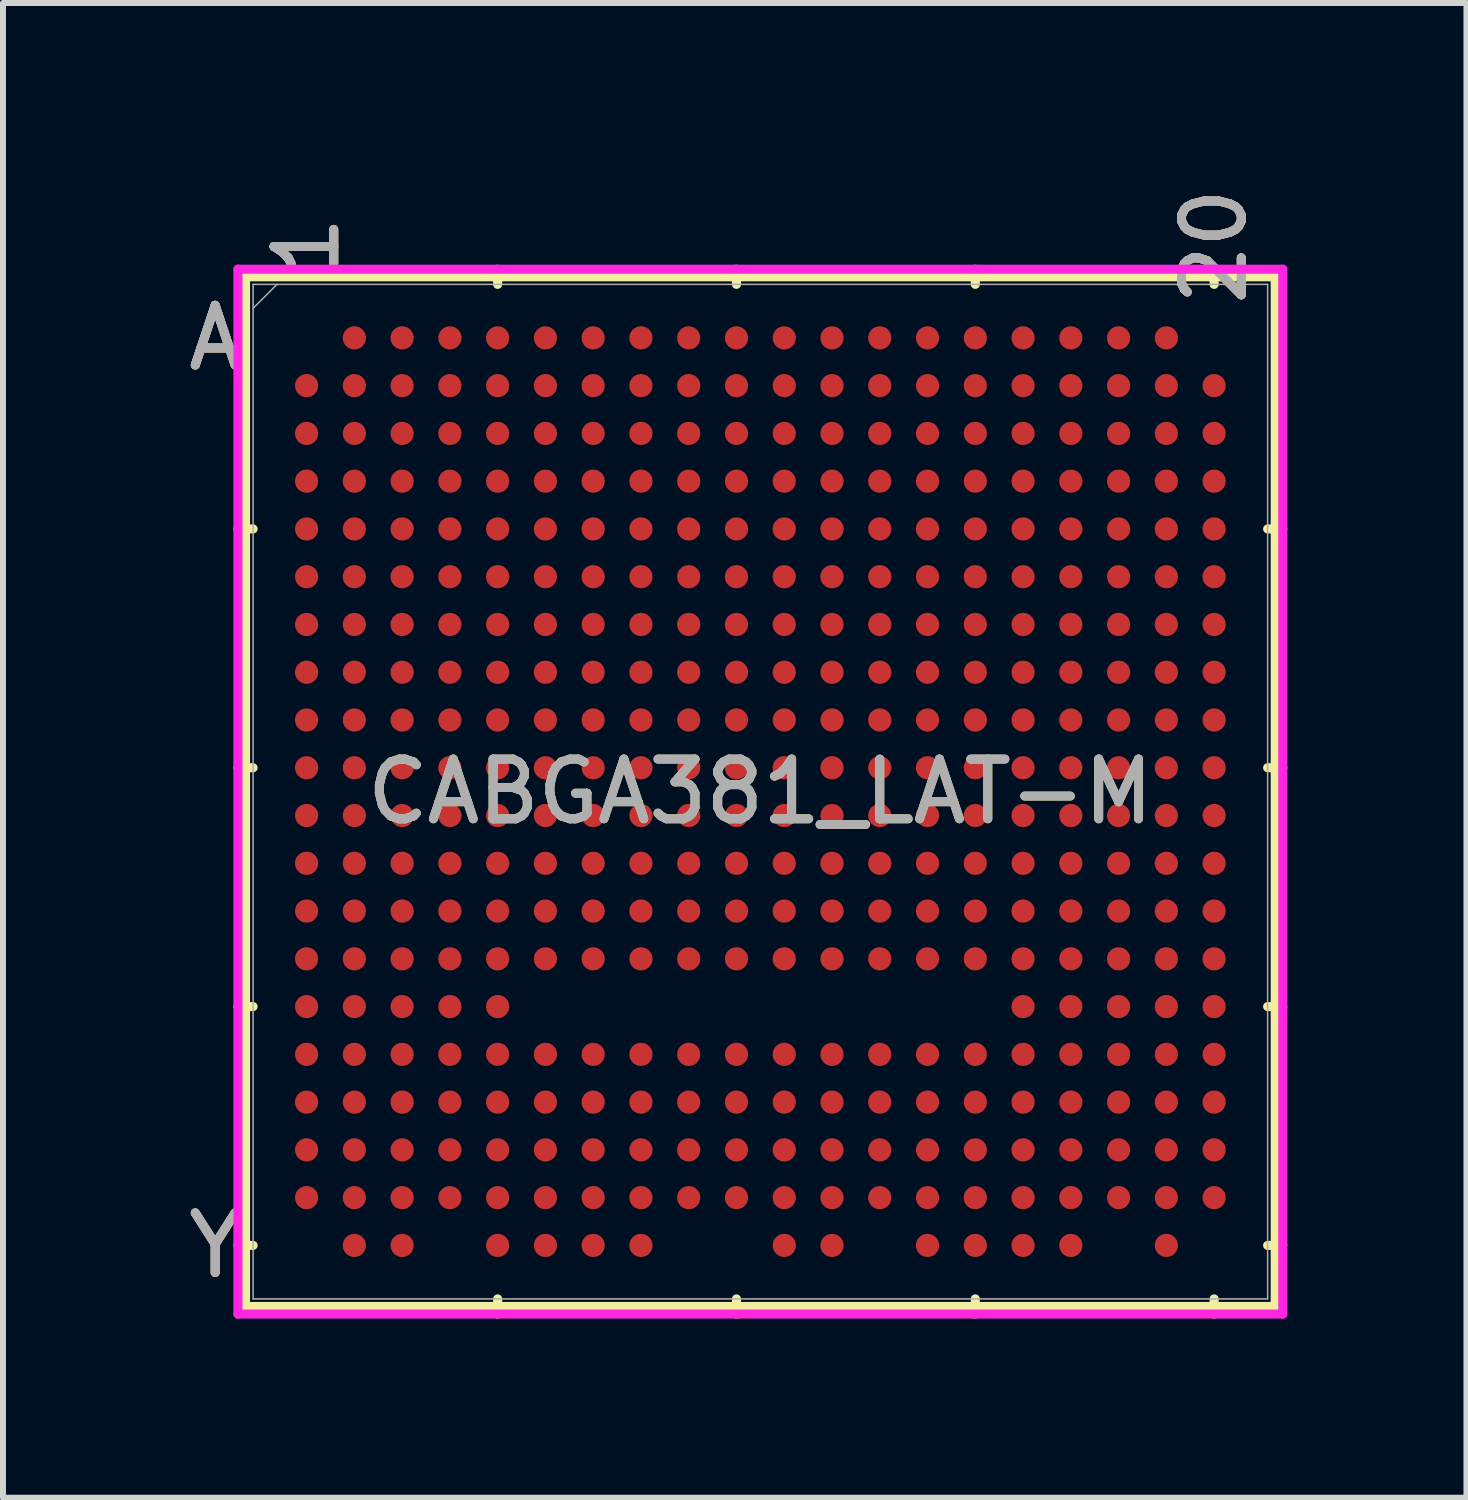
<source format=kicad_pcb>
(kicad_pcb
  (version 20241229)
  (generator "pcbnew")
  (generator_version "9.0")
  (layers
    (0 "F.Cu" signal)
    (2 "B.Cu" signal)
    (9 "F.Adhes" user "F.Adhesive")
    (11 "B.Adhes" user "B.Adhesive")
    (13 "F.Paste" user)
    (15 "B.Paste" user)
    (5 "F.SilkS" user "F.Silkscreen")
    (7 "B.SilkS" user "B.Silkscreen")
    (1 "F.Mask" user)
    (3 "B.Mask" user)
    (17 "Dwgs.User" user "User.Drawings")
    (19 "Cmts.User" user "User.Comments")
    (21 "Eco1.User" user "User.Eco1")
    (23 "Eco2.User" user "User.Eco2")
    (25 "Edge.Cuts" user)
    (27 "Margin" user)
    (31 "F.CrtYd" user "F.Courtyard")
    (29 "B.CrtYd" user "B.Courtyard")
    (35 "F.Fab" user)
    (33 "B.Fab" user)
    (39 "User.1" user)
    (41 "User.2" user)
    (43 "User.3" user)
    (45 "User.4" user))
  (footprint "CABGA381_LAT-M"
    (layer "F.Cu")
    (at 9.685 10.209)
    (property "Reference" "CABGA381_LAT-M" (at 0 0 0) (unlocked yes) (layer "F.SilkS") (effects (font (size 1 1) (thickness 0.15))))
    (attr smd)
    (fp_line (start -8.623 -8.623) (end -8.623 8.623) (stroke (width 0.152) (type solid)) (layer "F.SilkS"))
    (fp_line (start -8.623 8.623) (end 8.623 8.623) (stroke (width 0.152) (type solid)) (layer "F.SilkS"))
    (fp_line (start -8.496 -4.4) (end -8.75 -4.4) (stroke (width 0.152) (type solid)) (layer "F.SilkS"))
    (fp_line (start -8.496 -0.4) (end -8.75 -0.4) (stroke (width 0.152) (type solid)) (layer "F.SilkS"))
    (fp_line (start -8.496 3.6) (end -8.75 3.6) (stroke (width 0.152) (type solid)) (layer "F.SilkS"))
    (fp_line (start -8.496 7.6) (end -8.75 7.6) (stroke (width 0.152) (type solid)) (layer "F.SilkS"))
    (fp_line (start -4.4 -8.496) (end -4.4 -8.75) (stroke (width 0.152) (type solid)) (layer "F.SilkS"))
    (fp_line (start -4.4 8.496) (end -4.4 8.75) (stroke (width 0.152) (type solid)) (layer "F.SilkS"))
    (fp_line (start -0.4 -8.496) (end -0.4 -8.75) (stroke (width 0.152) (type solid)) (layer "F.SilkS"))
    (fp_line (start -0.4 8.496) (end -0.4 8.75) (stroke (width 0.152) (type solid)) (layer "F.SilkS"))
    (fp_line (start 3.6 -8.496) (end 3.6 -8.75) (stroke (width 0.152) (type solid)) (layer "F.SilkS"))
    (fp_line (start 3.6 8.496) (end 3.6 8.75) (stroke (width 0.152) (type solid)) (layer "F.SilkS"))
    (fp_line (start 7.6 -8.496) (end 7.6 -8.75) (stroke (width 0.152) (type solid)) (layer "F.SilkS"))
    (fp_line (start 7.6 8.496) (end 7.6 8.75) (stroke (width 0.152) (type solid)) (layer "F.SilkS"))
    (fp_line (start 8.496 -4.4) (end 8.75 -4.4) (stroke (width 0.152) (type solid)) (layer "F.SilkS"))
    (fp_line (start 8.496 -0.4) (end 8.75 -0.4) (stroke (width 0.152) (type solid)) (layer "F.SilkS"))
    (fp_line (start 8.496 3.6) (end 8.75 3.6) (stroke (width 0.152) (type solid)) (layer "F.SilkS"))
    (fp_line (start 8.496 7.6) (end 8.75 7.6) (stroke (width 0.152) (type solid)) (layer "F.SilkS"))
    (fp_line (start 8.623 -8.623) (end -8.623 -8.623) (stroke (width 0.152) (type solid)) (layer "F.SilkS"))
    (fp_line (start 8.623 8.623) (end 8.623 -8.623) (stroke (width 0.152) (type solid)) (layer "F.SilkS"))
    (fp_poly (pts (xy -8.444 -8.444) (xy 8.444 -8.444) (xy 8.444 8.444) (xy -8.444 8.444)) (stroke (width 0.1) (type solid)) (fill no) (layer "Eco2.User"))
    (fp_line (start -8.75 -8.75) (end 8.75 -8.75) (stroke (width 0.152) (type solid)) (layer "F.CrtYd"))
    (fp_line (start -8.75 8.75) (end -8.75 -8.75) (stroke (width 0.152) (type solid)) (layer "F.CrtYd"))
    (fp_line (start 8.75 -8.75) (end 8.75 8.75) (stroke (width 0.152) (type solid)) (layer "F.CrtYd"))
    (fp_line (start 8.75 8.75) (end -8.75 8.75) (stroke (width 0.152) (type solid)) (layer "F.CrtYd"))
    (fp_line (start -8.496 -8.496) (end -8.496 8.496) (stroke (width 0.025) (type solid)) (layer "F.Fab"))
    (fp_line (start -8.496 8.496) (end 8.496 8.496) (stroke (width 0.025) (type solid)) (layer "F.Fab"))
    (fp_line (start -8.096 -8.496) (end -8.496 -8.096) (stroke (width 0.025) (type solid)) (layer "F.Fab"))
    (fp_line (start 8.496 -8.496) (end -8.496 -8.496) (stroke (width 0.025) (type solid)) (layer "F.Fab"))
    (fp_line (start 8.496 8.496) (end 8.496 -8.496) (stroke (width 0.025) (type solid)) (layer "F.Fab"))
    (fp_text user "20" (at 7.6 -9.131 90) (unlocked yes) (layer "F.SilkS") (effects (font (size 1 1) (thickness 0.15))))
    (fp_text user "A" (at -9.131 -7.6 0) (unlocked yes) (layer "F.SilkS") (effects (font (size 1 1) (thickness 0.15))))
    (fp_text user "1" (at -7.6 -9.131 90) (unlocked yes) (layer "F.SilkS") (effects (font (size 1 1) (thickness 0.15))))
    (fp_text user "Y" (at -9.131 7.6 0) (unlocked yes) (layer "F.SilkS") (effects (font (size 1 1) (thickness 0.15))))
    (fp_text user "Y" (at -9.131 7.6 0) (unlocked yes) (layer "B.SilkS") (effects (font (size 1 1) (thickness 0.15))))
    (fp_text user "A" (at -9.131 -7.6 0) (unlocked yes) (layer "B.SilkS") (effects (font (size 1 1) (thickness 0.15))))
    (fp_text user "20" (at 7.6 -9.131 90) (unlocked yes) (layer "B.SilkS") (effects (font (size 1 1) (thickness 0.15))))
    (fp_text user "1" (at -7.6 -9.131 90) (unlocked yes) (layer "B.SilkS") (effects (font (size 1 1) (thickness 0.15))))
    (fp_text user "1" (at -7.6 -9.131 90) (unlocked yes) (layer "F.Fab") (effects (font (size 1 1) (thickness 0.15))))
    (fp_text user "Y" (at -9.131 7.6 0) (unlocked yes) (layer "F.Fab") (effects (font (size 1 1) (thickness 0.15))))
    (fp_text user "A" (at -9.131 -7.6 0) (unlocked yes) (layer "F.Fab") (effects (font (size 1 1) (thickness 0.15))))
    (fp_text user "${REFERENCE}" (at 0 0 0) (unlocked yes) (layer "F.Fab") (effects (font (size 1 1) (thickness 0.15))))
    (fp_text user "20" (at 7.6 -9.131 90) (unlocked yes) (layer "F.Fab") (effects (font (size 1 1) (thickness 0.15))))
    (pad "A2" smd circle (at -6.8 -7.6) (size 0.389 0.389) (layers "F.Cu" "F.Mask" "F.Paste"))
    (pad "A3" smd circle (at -6 -7.6) (size 0.389 0.389) (layers "F.Cu" "F.Mask" "F.Paste"))
    (pad "A4" smd circle (at -5.2 -7.6) (size 0.389 0.389) (layers "F.Cu" "F.Mask" "F.Paste"))
    (pad "A5" smd circle (at -4.4 -7.6) (size 0.389 0.389) (layers "F.Cu" "F.Mask" "F.Paste"))
    (pad "A6" smd circle (at -3.6 -7.6) (size 0.389 0.389) (layers "F.Cu" "F.Mask" "F.Paste"))
    (pad "A7" smd circle (at -2.8 -7.6) (size 0.389 0.389) (layers "F.Cu" "F.Mask" "F.Paste"))
    (pad "A8" smd circle (at -2 -7.6) (size 0.389 0.389) (layers "F.Cu" "F.Mask" "F.Paste"))
    (pad "A9" smd circle (at -1.2 -7.6) (size 0.389 0.389) (layers "F.Cu" "F.Mask" "F.Paste"))
    (pad "A10" smd circle (at -0.4 -7.6) (size 0.389 0.389) (layers "F.Cu" "F.Mask" "F.Paste"))
    (pad "A11" smd circle (at 0.4 -7.6) (size 0.389 0.389) (layers "F.Cu" "F.Mask" "F.Paste"))
    (pad "A12" smd circle (at 1.2 -7.6) (size 0.389 0.389) (layers "F.Cu" "F.Mask" "F.Paste"))
    (pad "A13" smd circle (at 2 -7.6) (size 0.389 0.389) (layers "F.Cu" "F.Mask" "F.Paste"))
    (pad "A14" smd circle (at 2.8 -7.6) (size 0.389 0.389) (layers "F.Cu" "F.Mask" "F.Paste"))
    (pad "A15" smd circle (at 3.6 -7.6) (size 0.389 0.389) (layers "F.Cu" "F.Mask" "F.Paste"))
    (pad "A16" smd circle (at 4.4 -7.6) (size 0.389 0.389) (layers "F.Cu" "F.Mask" "F.Paste"))
    (pad "A17" smd circle (at 5.2 -7.6) (size 0.389 0.389) (layers "F.Cu" "F.Mask" "F.Paste"))
    (pad "A18" smd circle (at 6 -7.6) (size 0.389 0.389) (layers "F.Cu" "F.Mask" "F.Paste"))
    (pad "A19" smd circle (at 6.8 -7.6) (size 0.389 0.389) (layers "F.Cu" "F.Mask" "F.Paste"))
    (pad "B1" smd circle (at -7.6 -6.8) (size 0.389 0.389) (layers "F.Cu" "F.Mask" "F.Paste"))
    (pad "B2" smd circle (at -6.8 -6.8) (size 0.389 0.389) (layers "F.Cu" "F.Mask" "F.Paste"))
    (pad "B3" smd circle (at -6 -6.8) (size 0.389 0.389) (layers "F.Cu" "F.Mask" "F.Paste"))
    (pad "B4" smd circle (at -5.2 -6.8) (size 0.389 0.389) (layers "F.Cu" "F.Mask" "F.Paste"))
    (pad "B5" smd circle (at -4.4 -6.8) (size 0.389 0.389) (layers "F.Cu" "F.Mask" "F.Paste"))
    (pad "B6" smd circle (at -3.6 -6.8) (size 0.389 0.389) (layers "F.Cu" "F.Mask" "F.Paste"))
    (pad "B7" smd circle (at -2.8 -6.8) (size 0.389 0.389) (layers "F.Cu" "F.Mask" "F.Paste"))
    (pad "B8" smd circle (at -2 -6.8) (size 0.389 0.389) (layers "F.Cu" "F.Mask" "F.Paste"))
    (pad "B9" smd circle (at -1.2 -6.8) (size 0.389 0.389) (layers "F.Cu" "F.Mask" "F.Paste"))
    (pad "B10" smd circle (at -0.4 -6.8) (size 0.389 0.389) (layers "F.Cu" "F.Mask" "F.Paste"))
    (pad "B11" smd circle (at 0.4 -6.8) (size 0.389 0.389) (layers "F.Cu" "F.Mask" "F.Paste"))
    (pad "B12" smd circle (at 1.2 -6.8) (size 0.389 0.389) (layers "F.Cu" "F.Mask" "F.Paste"))
    (pad "B13" smd circle (at 2 -6.8) (size 0.389 0.389) (layers "F.Cu" "F.Mask" "F.Paste"))
    (pad "B14" smd circle (at 2.8 -6.8) (size 0.389 0.389) (layers "F.Cu" "F.Mask" "F.Paste"))
    (pad "B15" smd circle (at 3.6 -6.8) (size 0.389 0.389) (layers "F.Cu" "F.Mask" "F.Paste"))
    (pad "B16" smd circle (at 4.4 -6.8) (size 0.389 0.389) (layers "F.Cu" "F.Mask" "F.Paste"))
    (pad "B17" smd circle (at 5.2 -6.8) (size 0.389 0.389) (layers "F.Cu" "F.Mask" "F.Paste"))
    (pad "B18" smd circle (at 6 -6.8) (size 0.389 0.389) (layers "F.Cu" "F.Mask" "F.Paste"))
    (pad "B19" smd circle (at 6.8 -6.8) (size 0.389 0.389) (layers "F.Cu" "F.Mask" "F.Paste"))
    (pad "B20" smd circle (at 7.6 -6.8) (size 0.389 0.389) (layers "F.Cu" "F.Mask" "F.Paste"))
    (pad "C1" smd circle (at -7.6 -6) (size 0.389 0.389) (layers "F.Cu" "F.Mask" "F.Paste"))
    (pad "C2" smd circle (at -6.8 -6) (size 0.389 0.389) (layers "F.Cu" "F.Mask" "F.Paste"))
    (pad "C3" smd circle (at -6 -6) (size 0.389 0.389) (layers "F.Cu" "F.Mask" "F.Paste"))
    (pad "C4" smd circle (at -5.2 -6) (size 0.389 0.389) (layers "F.Cu" "F.Mask" "F.Paste"))
    (pad "C5" smd circle (at -4.4 -6) (size 0.389 0.389) (layers "F.Cu" "F.Mask" "F.Paste"))
    (pad "C6" smd circle (at -3.6 -6) (size 0.389 0.389) (layers "F.Cu" "F.Mask" "F.Paste"))
    (pad "C7" smd circle (at -2.8 -6) (size 0.389 0.389) (layers "F.Cu" "F.Mask" "F.Paste"))
    (pad "C8" smd circle (at -2 -6) (size 0.389 0.389) (layers "F.Cu" "F.Mask" "F.Paste"))
    (pad "C9" smd circle (at -1.2 -6) (size 0.389 0.389) (layers "F.Cu" "F.Mask" "F.Paste"))
    (pad "C10" smd circle (at -0.4 -6) (size 0.389 0.389) (layers "F.Cu" "F.Mask" "F.Paste"))
    (pad "C11" smd circle (at 0.4 -6) (size 0.389 0.389) (layers "F.Cu" "F.Mask" "F.Paste"))
    (pad "C12" smd circle (at 1.2 -6) (size 0.389 0.389) (layers "F.Cu" "F.Mask" "F.Paste"))
    (pad "C13" smd circle (at 2 -6) (size 0.389 0.389) (layers "F.Cu" "F.Mask" "F.Paste"))
    (pad "C14" smd circle (at 2.8 -6) (size 0.389 0.389) (layers "F.Cu" "F.Mask" "F.Paste"))
    (pad "C15" smd circle (at 3.6 -6) (size 0.389 0.389) (layers "F.Cu" "F.Mask" "F.Paste"))
    (pad "C16" smd circle (at 4.4 -6) (size 0.389 0.389) (layers "F.Cu" "F.Mask" "F.Paste"))
    (pad "C17" smd circle (at 5.2 -6) (size 0.389 0.389) (layers "F.Cu" "F.Mask" "F.Paste"))
    (pad "C18" smd circle (at 6 -6) (size 0.389 0.389) (layers "F.Cu" "F.Mask" "F.Paste"))
    (pad "C19" smd circle (at 6.8 -6) (size 0.389 0.389) (layers "F.Cu" "F.Mask" "F.Paste"))
    (pad "C20" smd circle (at 7.6 -6) (size 0.389 0.389) (layers "F.Cu" "F.Mask" "F.Paste"))
    (pad "D1" smd circle (at -7.6 -5.2) (size 0.389 0.389) (layers "F.Cu" "F.Mask" "F.Paste"))
    (pad "D2" smd circle (at -6.8 -5.2) (size 0.389 0.389) (layers "F.Cu" "F.Mask" "F.Paste"))
    (pad "D3" smd circle (at -6 -5.2) (size 0.389 0.389) (layers "F.Cu" "F.Mask" "F.Paste"))
    (pad "D4" smd circle (at -5.2 -5.2) (size 0.389 0.389) (layers "F.Cu" "F.Mask" "F.Paste"))
    (pad "D5" smd circle (at -4.4 -5.2) (size 0.389 0.389) (layers "F.Cu" "F.Mask" "F.Paste"))
    (pad "D6" smd circle (at -3.6 -5.2) (size 0.389 0.389) (layers "F.Cu" "F.Mask" "F.Paste"))
    (pad "D7" smd circle (at -2.8 -5.2) (size 0.389 0.389) (layers "F.Cu" "F.Mask" "F.Paste"))
    (pad "D8" smd circle (at -2 -5.2) (size 0.389 0.389) (layers "F.Cu" "F.Mask" "F.Paste"))
    (pad "D9" smd circle (at -1.2 -5.2) (size 0.389 0.389) (layers "F.Cu" "F.Mask" "F.Paste"))
    (pad "D10" smd circle (at -0.4 -5.2) (size 0.389 0.389) (layers "F.Cu" "F.Mask" "F.Paste"))
    (pad "D11" smd circle (at 0.4 -5.2) (size 0.389 0.389) (layers "F.Cu" "F.Mask" "F.Paste"))
    (pad "D12" smd circle (at 1.2 -5.2) (size 0.389 0.389) (layers "F.Cu" "F.Mask" "F.Paste"))
    (pad "D13" smd circle (at 2 -5.2) (size 0.389 0.389) (layers "F.Cu" "F.Mask" "F.Paste"))
    (pad "D14" smd circle (at 2.8 -5.2) (size 0.389 0.389) (layers "F.Cu" "F.Mask" "F.Paste"))
    (pad "D15" smd circle (at 3.6 -5.2) (size 0.389 0.389) (layers "F.Cu" "F.Mask" "F.Paste"))
    (pad "D16" smd circle (at 4.4 -5.2) (size 0.389 0.389) (layers "F.Cu" "F.Mask" "F.Paste"))
    (pad "D17" smd circle (at 5.2 -5.2) (size 0.389 0.389) (layers "F.Cu" "F.Mask" "F.Paste"))
    (pad "D18" smd circle (at 6 -5.2) (size 0.389 0.389) (layers "F.Cu" "F.Mask" "F.Paste"))
    (pad "D19" smd circle (at 6.8 -5.2) (size 0.389 0.389) (layers "F.Cu" "F.Mask" "F.Paste"))
    (pad "D20" smd circle (at 7.6 -5.2) (size 0.389 0.389) (layers "F.Cu" "F.Mask" "F.Paste"))
    (pad "E1" smd circle (at -7.6 -4.4) (size 0.389 0.389) (layers "F.Cu" "F.Mask" "F.Paste"))
    (pad "E2" smd circle (at -6.8 -4.4) (size 0.389 0.389) (layers "F.Cu" "F.Mask" "F.Paste"))
    (pad "E3" smd circle (at -6 -4.4) (size 0.389 0.389) (layers "F.Cu" "F.Mask" "F.Paste"))
    (pad "E4" smd circle (at -5.2 -4.4) (size 0.389 0.389) (layers "F.Cu" "F.Mask" "F.Paste"))
    (pad "E5" smd circle (at -4.4 -4.4) (size 0.389 0.389) (layers "F.Cu" "F.Mask" "F.Paste"))
    (pad "E6" smd circle (at -3.6 -4.4) (size 0.389 0.389) (layers "F.Cu" "F.Mask" "F.Paste"))
    (pad "E7" smd circle (at -2.8 -4.4) (size 0.389 0.389) (layers "F.Cu" "F.Mask" "F.Paste"))
    (pad "E8" smd circle (at -2 -4.4) (size 0.389 0.389) (layers "F.Cu" "F.Mask" "F.Paste"))
    (pad "E9" smd circle (at -1.2 -4.4) (size 0.389 0.389) (layers "F.Cu" "F.Mask" "F.Paste"))
    (pad "E10" smd circle (at -0.4 -4.4) (size 0.389 0.389) (layers "F.Cu" "F.Mask" "F.Paste"))
    (pad "E11" smd circle (at 0.4 -4.4) (size 0.389 0.389) (layers "F.Cu" "F.Mask" "F.Paste"))
    (pad "E12" smd circle (at 1.2 -4.4) (size 0.389 0.389) (layers "F.Cu" "F.Mask" "F.Paste"))
    (pad "E13" smd circle (at 2 -4.4) (size 0.389 0.389) (layers "F.Cu" "F.Mask" "F.Paste"))
    (pad "E14" smd circle (at 2.8 -4.4) (size 0.389 0.389) (layers "F.Cu" "F.Mask" "F.Paste"))
    (pad "E15" smd circle (at 3.6 -4.4) (size 0.389 0.389) (layers "F.Cu" "F.Mask" "F.Paste"))
    (pad "E16" smd circle (at 4.4 -4.4) (size 0.389 0.389) (layers "F.Cu" "F.Mask" "F.Paste"))
    (pad "E17" smd circle (at 5.2 -4.4) (size 0.389 0.389) (layers "F.Cu" "F.Mask" "F.Paste"))
    (pad "E18" smd circle (at 6 -4.4) (size 0.389 0.389) (layers "F.Cu" "F.Mask" "F.Paste"))
    (pad "E19" smd circle (at 6.8 -4.4) (size 0.389 0.389) (layers "F.Cu" "F.Mask" "F.Paste"))
    (pad "E20" smd circle (at 7.6 -4.4) (size 0.389 0.389) (layers "F.Cu" "F.Mask" "F.Paste"))
    (pad "F1" smd circle (at -7.6 -3.6) (size 0.389 0.389) (layers "F.Cu" "F.Mask" "F.Paste"))
    (pad "F2" smd circle (at -6.8 -3.6) (size 0.389 0.389) (layers "F.Cu" "F.Mask" "F.Paste"))
    (pad "F3" smd circle (at -6 -3.6) (size 0.389 0.389) (layers "F.Cu" "F.Mask" "F.Paste"))
    (pad "F4" smd circle (at -5.2 -3.6) (size 0.389 0.389) (layers "F.Cu" "F.Mask" "F.Paste"))
    (pad "F5" smd circle (at -4.4 -3.6) (size 0.389 0.389) (layers "F.Cu" "F.Mask" "F.Paste"))
    (pad "F6" smd circle (at -3.6 -3.6) (size 0.389 0.389) (layers "F.Cu" "F.Mask" "F.Paste"))
    (pad "F7" smd circle (at -2.8 -3.6) (size 0.389 0.389) (layers "F.Cu" "F.Mask" "F.Paste"))
    (pad "F8" smd circle (at -2 -3.6) (size 0.389 0.389) (layers "F.Cu" "F.Mask" "F.Paste"))
    (pad "F9" smd circle (at -1.2 -3.6) (size 0.389 0.389) (layers "F.Cu" "F.Mask" "F.Paste"))
    (pad "F10" smd circle (at -0.4 -3.6) (size 0.389 0.389) (layers "F.Cu" "F.Mask" "F.Paste"))
    (pad "F11" smd circle (at 0.4 -3.6) (size 0.389 0.389) (layers "F.Cu" "F.Mask" "F.Paste"))
    (pad "F12" smd circle (at 1.2 -3.6) (size 0.389 0.389) (layers "F.Cu" "F.Mask" "F.Paste"))
    (pad "F13" smd circle (at 2 -3.6) (size 0.389 0.389) (layers "F.Cu" "F.Mask" "F.Paste"))
    (pad "F14" smd circle (at 2.8 -3.6) (size 0.389 0.389) (layers "F.Cu" "F.Mask" "F.Paste"))
    (pad "F15" smd circle (at 3.6 -3.6) (size 0.389 0.389) (layers "F.Cu" "F.Mask" "F.Paste"))
    (pad "F16" smd circle (at 4.4 -3.6) (size 0.389 0.389) (layers "F.Cu" "F.Mask" "F.Paste"))
    (pad "F17" smd circle (at 5.2 -3.6) (size 0.389 0.389) (layers "F.Cu" "F.Mask" "F.Paste"))
    (pad "F18" smd circle (at 6 -3.6) (size 0.389 0.389) (layers "F.Cu" "F.Mask" "F.Paste"))
    (pad "F19" smd circle (at 6.8 -3.6) (size 0.389 0.389) (layers "F.Cu" "F.Mask" "F.Paste"))
    (pad "F20" smd circle (at 7.6 -3.6) (size 0.389 0.389) (layers "F.Cu" "F.Mask" "F.Paste"))
    (pad "G1" smd circle (at -7.6 -2.8) (size 0.389 0.389) (layers "F.Cu" "F.Mask" "F.Paste"))
    (pad "G2" smd circle (at -6.8 -2.8) (size 0.389 0.389) (layers "F.Cu" "F.Mask" "F.Paste"))
    (pad "G3" smd circle (at -6 -2.8) (size 0.389 0.389) (layers "F.Cu" "F.Mask" "F.Paste"))
    (pad "G4" smd circle (at -5.2 -2.8) (size 0.389 0.389) (layers "F.Cu" "F.Mask" "F.Paste"))
    (pad "G5" smd circle (at -4.4 -2.8) (size 0.389 0.389) (layers "F.Cu" "F.Mask" "F.Paste"))
    (pad "G6" smd circle (at -3.6 -2.8) (size 0.389 0.389) (layers "F.Cu" "F.Mask" "F.Paste"))
    (pad "G7" smd circle (at -2.8 -2.8) (size 0.389 0.389) (layers "F.Cu" "F.Mask" "F.Paste"))
    (pad "G8" smd circle (at -2 -2.8) (size 0.389 0.389) (layers "F.Cu" "F.Mask" "F.Paste"))
    (pad "G9" smd circle (at -1.2 -2.8) (size 0.389 0.389) (layers "F.Cu" "F.Mask" "F.Paste"))
    (pad "G10" smd circle (at -0.4 -2.8) (size 0.389 0.389) (layers "F.Cu" "F.Mask" "F.Paste"))
    (pad "G11" smd circle (at 0.4 -2.8) (size 0.389 0.389) (layers "F.Cu" "F.Mask" "F.Paste"))
    (pad "G12" smd circle (at 1.2 -2.8) (size 0.389 0.389) (layers "F.Cu" "F.Mask" "F.Paste"))
    (pad "G13" smd circle (at 2 -2.8) (size 0.389 0.389) (layers "F.Cu" "F.Mask" "F.Paste"))
    (pad "G14" smd circle (at 2.8 -2.8) (size 0.389 0.389) (layers "F.Cu" "F.Mask" "F.Paste"))
    (pad "G15" smd circle (at 3.6 -2.8) (size 0.389 0.389) (layers "F.Cu" "F.Mask" "F.Paste"))
    (pad "G16" smd circle (at 4.4 -2.8) (size 0.389 0.389) (layers "F.Cu" "F.Mask" "F.Paste"))
    (pad "G17" smd circle (at 5.2 -2.8) (size 0.389 0.389) (layers "F.Cu" "F.Mask" "F.Paste"))
    (pad "G18" smd circle (at 6 -2.8) (size 0.389 0.389) (layers "F.Cu" "F.Mask" "F.Paste"))
    (pad "G19" smd circle (at 6.8 -2.8) (size 0.389 0.389) (layers "F.Cu" "F.Mask" "F.Paste"))
    (pad "G20" smd circle (at 7.6 -2.8) (size 0.389 0.389) (layers "F.Cu" "F.Mask" "F.Paste"))
    (pad "H1" smd circle (at -7.6 -2) (size 0.389 0.389) (layers "F.Cu" "F.Mask" "F.Paste"))
    (pad "H2" smd circle (at -6.8 -2) (size 0.389 0.389) (layers "F.Cu" "F.Mask" "F.Paste"))
    (pad "H3" smd circle (at -6 -2) (size 0.389 0.389) (layers "F.Cu" "F.Mask" "F.Paste"))
    (pad "H4" smd circle (at -5.2 -2) (size 0.389 0.389) (layers "F.Cu" "F.Mask" "F.Paste"))
    (pad "H5" smd circle (at -4.4 -2) (size 0.389 0.389) (layers "F.Cu" "F.Mask" "F.Paste"))
    (pad "H6" smd circle (at -3.6 -2) (size 0.389 0.389) (layers "F.Cu" "F.Mask" "F.Paste"))
    (pad "H7" smd circle (at -2.8 -2) (size 0.389 0.389) (layers "F.Cu" "F.Mask" "F.Paste"))
    (pad "H8" smd circle (at -2 -2) (size 0.389 0.389) (layers "F.Cu" "F.Mask" "F.Paste"))
    (pad "H9" smd circle (at -1.2 -2) (size 0.389 0.389) (layers "F.Cu" "F.Mask" "F.Paste"))
    (pad "H10" smd circle (at -0.4 -2) (size 0.389 0.389) (layers "F.Cu" "F.Mask" "F.Paste"))
    (pad "H11" smd circle (at 0.4 -2) (size 0.389 0.389) (layers "F.Cu" "F.Mask" "F.Paste"))
    (pad "H12" smd circle (at 1.2 -2) (size 0.389 0.389) (layers "F.Cu" "F.Mask" "F.Paste"))
    (pad "H13" smd circle (at 2 -2) (size 0.389 0.389) (layers "F.Cu" "F.Mask" "F.Paste"))
    (pad "H14" smd circle (at 2.8 -2) (size 0.389 0.389) (layers "F.Cu" "F.Mask" "F.Paste"))
    (pad "H15" smd circle (at 3.6 -2) (size 0.389 0.389) (layers "F.Cu" "F.Mask" "F.Paste"))
    (pad "H16" smd circle (at 4.4 -2) (size 0.389 0.389) (layers "F.Cu" "F.Mask" "F.Paste"))
    (pad "H17" smd circle (at 5.2 -2) (size 0.389 0.389) (layers "F.Cu" "F.Mask" "F.Paste"))
    (pad "H18" smd circle (at 6 -2) (size 0.389 0.389) (layers "F.Cu" "F.Mask" "F.Paste"))
    (pad "H19" smd circle (at 6.8 -2) (size 0.389 0.389) (layers "F.Cu" "F.Mask" "F.Paste"))
    (pad "H20" smd circle (at 7.6 -2) (size 0.389 0.389) (layers "F.Cu" "F.Mask" "F.Paste"))
    (pad "J1" smd circle (at -7.6 -1.2) (size 0.389 0.389) (layers "F.Cu" "F.Mask" "F.Paste"))
    (pad "J2" smd circle (at -6.8 -1.2) (size 0.389 0.389) (layers "F.Cu" "F.Mask" "F.Paste"))
    (pad "J3" smd circle (at -6 -1.2) (size 0.389 0.389) (layers "F.Cu" "F.Mask" "F.Paste"))
    (pad "J4" smd circle (at -5.2 -1.2) (size 0.389 0.389) (layers "F.Cu" "F.Mask" "F.Paste"))
    (pad "J5" smd circle (at -4.4 -1.2) (size 0.389 0.389) (layers "F.Cu" "F.Mask" "F.Paste"))
    (pad "J6" smd circle (at -3.6 -1.2) (size 0.389 0.389) (layers "F.Cu" "F.Mask" "F.Paste"))
    (pad "J7" smd circle (at -2.8 -1.2) (size 0.389 0.389) (layers "F.Cu" "F.Mask" "F.Paste"))
    (pad "J8" smd circle (at -2 -1.2) (size 0.389 0.389) (layers "F.Cu" "F.Mask" "F.Paste"))
    (pad "J9" smd circle (at -1.2 -1.2) (size 0.389 0.389) (layers "F.Cu" "F.Mask" "F.Paste"))
    (pad "J10" smd circle (at -0.4 -1.2) (size 0.389 0.389) (layers "F.Cu" "F.Mask" "F.Paste"))
    (pad "J11" smd circle (at 0.4 -1.2) (size 0.389 0.389) (layers "F.Cu" "F.Mask" "F.Paste"))
    (pad "J12" smd circle (at 1.2 -1.2) (size 0.389 0.389) (layers "F.Cu" "F.Mask" "F.Paste"))
    (pad "J13" smd circle (at 2 -1.2) (size 0.389 0.389) (layers "F.Cu" "F.Mask" "F.Paste"))
    (pad "J14" smd circle (at 2.8 -1.2) (size 0.389 0.389) (layers "F.Cu" "F.Mask" "F.Paste"))
    (pad "J15" smd circle (at 3.6 -1.2) (size 0.389 0.389) (layers "F.Cu" "F.Mask" "F.Paste"))
    (pad "J16" smd circle (at 4.4 -1.2) (size 0.389 0.389) (layers "F.Cu" "F.Mask" "F.Paste"))
    (pad "J17" smd circle (at 5.2 -1.2) (size 0.389 0.389) (layers "F.Cu" "F.Mask" "F.Paste"))
    (pad "J18" smd circle (at 6 -1.2) (size 0.389 0.389) (layers "F.Cu" "F.Mask" "F.Paste"))
    (pad "J19" smd circle (at 6.8 -1.2) (size 0.389 0.389) (layers "F.Cu" "F.Mask" "F.Paste"))
    (pad "J20" smd circle (at 7.6 -1.2) (size 0.389 0.389) (layers "F.Cu" "F.Mask" "F.Paste"))
    (pad "K1" smd circle (at -7.6 -0.4) (size 0.389 0.389) (layers "F.Cu" "F.Mask" "F.Paste"))
    (pad "K2" smd circle (at -6.8 -0.4) (size 0.389 0.389) (layers "F.Cu" "F.Mask" "F.Paste"))
    (pad "K3" smd circle (at -6 -0.4) (size 0.389 0.389) (layers "F.Cu" "F.Mask" "F.Paste"))
    (pad "K4" smd circle (at -5.2 -0.4) (size 0.389 0.389) (layers "F.Cu" "F.Mask" "F.Paste"))
    (pad "K5" smd circle (at -4.4 -0.4) (size 0.389 0.389) (layers "F.Cu" "F.Mask" "F.Paste"))
    (pad "K6" smd circle (at -3.6 -0.4) (size 0.389 0.389) (layers "F.Cu" "F.Mask" "F.Paste"))
    (pad "K7" smd circle (at -2.8 -0.4) (size 0.389 0.389) (layers "F.Cu" "F.Mask" "F.Paste"))
    (pad "K8" smd circle (at -2 -0.4) (size 0.389 0.389) (layers "F.Cu" "F.Mask" "F.Paste"))
    (pad "K9" smd circle (at -1.2 -0.4) (size 0.389 0.389) (layers "F.Cu" "F.Mask" "F.Paste"))
    (pad "K10" smd circle (at -0.4 -0.4) (size 0.389 0.389) (layers "F.Cu" "F.Mask" "F.Paste"))
    (pad "K11" smd circle (at 0.4 -0.4) (size 0.389 0.389) (layers "F.Cu" "F.Mask" "F.Paste"))
    (pad "K12" smd circle (at 1.2 -0.4) (size 0.389 0.389) (layers "F.Cu" "F.Mask" "F.Paste"))
    (pad "K13" smd circle (at 2 -0.4) (size 0.389 0.389) (layers "F.Cu" "F.Mask" "F.Paste"))
    (pad "K14" smd circle (at 2.8 -0.4) (size 0.389 0.389) (layers "F.Cu" "F.Mask" "F.Paste"))
    (pad "K15" smd circle (at 3.6 -0.4) (size 0.389 0.389) (layers "F.Cu" "F.Mask" "F.Paste"))
    (pad "K16" smd circle (at 4.4 -0.4) (size 0.389 0.389) (layers "F.Cu" "F.Mask" "F.Paste"))
    (pad "K17" smd circle (at 5.2 -0.4) (size 0.389 0.389) (layers "F.Cu" "F.Mask" "F.Paste"))
    (pad "K18" smd circle (at 6 -0.4) (size 0.389 0.389) (layers "F.Cu" "F.Mask" "F.Paste"))
    (pad "K19" smd circle (at 6.8 -0.4) (size 0.389 0.389) (layers "F.Cu" "F.Mask" "F.Paste"))
    (pad "K20" smd circle (at 7.6 -0.4) (size 0.389 0.389) (layers "F.Cu" "F.Mask" "F.Paste"))
    (pad "L1" smd circle (at -7.6 0.4) (size 0.389 0.389) (layers "F.Cu" "F.Mask" "F.Paste"))
    (pad "L2" smd circle (at -6.8 0.4) (size 0.389 0.389) (layers "F.Cu" "F.Mask" "F.Paste"))
    (pad "L3" smd circle (at -6 0.4) (size 0.389 0.389) (layers "F.Cu" "F.Mask" "F.Paste"))
    (pad "L4" smd circle (at -5.2 0.4) (size 0.389 0.389) (layers "F.Cu" "F.Mask" "F.Paste"))
    (pad "L5" smd circle (at -4.4 0.4) (size 0.389 0.389) (layers "F.Cu" "F.Mask" "F.Paste"))
    (pad "L6" smd circle (at -3.6 0.4) (size 0.389 0.389) (layers "F.Cu" "F.Mask" "F.Paste"))
    (pad "L7" smd circle (at -2.8 0.4) (size 0.389 0.389) (layers "F.Cu" "F.Mask" "F.Paste"))
    (pad "L8" smd circle (at -2 0.4) (size 0.389 0.389) (layers "F.Cu" "F.Mask" "F.Paste"))
    (pad "L9" smd circle (at -1.2 0.4) (size 0.389 0.389) (layers "F.Cu" "F.Mask" "F.Paste"))
    (pad "L10" smd circle (at -0.4 0.4) (size 0.389 0.389) (layers "F.Cu" "F.Mask" "F.Paste"))
    (pad "L11" smd circle (at 0.4 0.4) (size 0.389 0.389) (layers "F.Cu" "F.Mask" "F.Paste"))
    (pad "L12" smd circle (at 1.2 0.4) (size 0.389 0.389) (layers "F.Cu" "F.Mask" "F.Paste"))
    (pad "L13" smd circle (at 2 0.4) (size 0.389 0.389) (layers "F.Cu" "F.Mask" "F.Paste"))
    (pad "L14" smd circle (at 2.8 0.4) (size 0.389 0.389) (layers "F.Cu" "F.Mask" "F.Paste"))
    (pad "L15" smd circle (at 3.6 0.4) (size 0.389 0.389) (layers "F.Cu" "F.Mask" "F.Paste"))
    (pad "L16" smd circle (at 4.4 0.4) (size 0.389 0.389) (layers "F.Cu" "F.Mask" "F.Paste"))
    (pad "L17" smd circle (at 5.2 0.4) (size 0.389 0.389) (layers "F.Cu" "F.Mask" "F.Paste"))
    (pad "L18" smd circle (at 6 0.4) (size 0.389 0.389) (layers "F.Cu" "F.Mask" "F.Paste"))
    (pad "L19" smd circle (at 6.8 0.4) (size 0.389 0.389) (layers "F.Cu" "F.Mask" "F.Paste"))
    (pad "L20" smd circle (at 7.6 0.4) (size 0.389 0.389) (layers "F.Cu" "F.Mask" "F.Paste"))
    (pad "M1" smd circle (at -7.6 1.2) (size 0.389 0.389) (layers "F.Cu" "F.Mask" "F.Paste"))
    (pad "M2" smd circle (at -6.8 1.2) (size 0.389 0.389) (layers "F.Cu" "F.Mask" "F.Paste"))
    (pad "M3" smd circle (at -6 1.2) (size 0.389 0.389) (layers "F.Cu" "F.Mask" "F.Paste"))
    (pad "M4" smd circle (at -5.2 1.2) (size 0.389 0.389) (layers "F.Cu" "F.Mask" "F.Paste"))
    (pad "M5" smd circle (at -4.4 1.2) (size 0.389 0.389) (layers "F.Cu" "F.Mask" "F.Paste"))
    (pad "M6" smd circle (at -3.6 1.2) (size 0.389 0.389) (layers "F.Cu" "F.Mask" "F.Paste"))
    (pad "M7" smd circle (at -2.8 1.2) (size 0.389 0.389) (layers "F.Cu" "F.Mask" "F.Paste"))
    (pad "M8" smd circle (at -2 1.2) (size 0.389 0.389) (layers "F.Cu" "F.Mask" "F.Paste"))
    (pad "M9" smd circle (at -1.2 1.2) (size 0.389 0.389) (layers "F.Cu" "F.Mask" "F.Paste"))
    (pad "M10" smd circle (at -0.4 1.2) (size 0.389 0.389) (layers "F.Cu" "F.Mask" "F.Paste"))
    (pad "M11" smd circle (at 0.4 1.2) (size 0.389 0.389) (layers "F.Cu" "F.Mask" "F.Paste"))
    (pad "M12" smd circle (at 1.2 1.2) (size 0.389 0.389) (layers "F.Cu" "F.Mask" "F.Paste"))
    (pad "M13" smd circle (at 2 1.2) (size 0.389 0.389) (layers "F.Cu" "F.Mask" "F.Paste"))
    (pad "M14" smd circle (at 2.8 1.2) (size 0.389 0.389) (layers "F.Cu" "F.Mask" "F.Paste"))
    (pad "M15" smd circle (at 3.6 1.2) (size 0.389 0.389) (layers "F.Cu" "F.Mask" "F.Paste"))
    (pad "M16" smd circle (at 4.4 1.2) (size 0.389 0.389) (layers "F.Cu" "F.Mask" "F.Paste"))
    (pad "M17" smd circle (at 5.2 1.2) (size 0.389 0.389) (layers "F.Cu" "F.Mask" "F.Paste"))
    (pad "M18" smd circle (at 6 1.2) (size 0.389 0.389) (layers "F.Cu" "F.Mask" "F.Paste"))
    (pad "M19" smd circle (at 6.8 1.2) (size 0.389 0.389) (layers "F.Cu" "F.Mask" "F.Paste"))
    (pad "M20" smd circle (at 7.6 1.2) (size 0.389 0.389) (layers "F.Cu" "F.Mask" "F.Paste"))
    (pad "N1" smd circle (at -7.6 2) (size 0.389 0.389) (layers "F.Cu" "F.Mask" "F.Paste"))
    (pad "N2" smd circle (at -6.8 2) (size 0.389 0.389) (layers "F.Cu" "F.Mask" "F.Paste"))
    (pad "N3" smd circle (at -6 2) (size 0.389 0.389) (layers "F.Cu" "F.Mask" "F.Paste"))
    (pad "N4" smd circle (at -5.2 2) (size 0.389 0.389) (layers "F.Cu" "F.Mask" "F.Paste"))
    (pad "N5" smd circle (at -4.4 2) (size 0.389 0.389) (layers "F.Cu" "F.Mask" "F.Paste"))
    (pad "N6" smd circle (at -3.6 2) (size 0.389 0.389) (layers "F.Cu" "F.Mask" "F.Paste"))
    (pad "N7" smd circle (at -2.8 2) (size 0.389 0.389) (layers "F.Cu" "F.Mask" "F.Paste"))
    (pad "N8" smd circle (at -2 2) (size 0.389 0.389) (layers "F.Cu" "F.Mask" "F.Paste"))
    (pad "N9" smd circle (at -1.2 2) (size 0.389 0.389) (layers "F.Cu" "F.Mask" "F.Paste"))
    (pad "N10" smd circle (at -0.4 2) (size 0.389 0.389) (layers "F.Cu" "F.Mask" "F.Paste"))
    (pad "N11" smd circle (at 0.4 2) (size 0.389 0.389) (layers "F.Cu" "F.Mask" "F.Paste"))
    (pad "N12" smd circle (at 1.2 2) (size 0.389 0.389) (layers "F.Cu" "F.Mask" "F.Paste"))
    (pad "N13" smd circle (at 2 2) (size 0.389 0.389) (layers "F.Cu" "F.Mask" "F.Paste"))
    (pad "N14" smd circle (at 2.8 2) (size 0.389 0.389) (layers "F.Cu" "F.Mask" "F.Paste"))
    (pad "N15" smd circle (at 3.6 2) (size 0.389 0.389) (layers "F.Cu" "F.Mask" "F.Paste"))
    (pad "N16" smd circle (at 4.4 2) (size 0.389 0.389) (layers "F.Cu" "F.Mask" "F.Paste"))
    (pad "N17" smd circle (at 5.2 2) (size 0.389 0.389) (layers "F.Cu" "F.Mask" "F.Paste"))
    (pad "N18" smd circle (at 6 2) (size 0.389 0.389) (layers "F.Cu" "F.Mask" "F.Paste"))
    (pad "N19" smd circle (at 6.8 2) (size 0.389 0.389) (layers "F.Cu" "F.Mask" "F.Paste"))
    (pad "N20" smd circle (at 7.6 2) (size 0.389 0.389) (layers "F.Cu" "F.Mask" "F.Paste"))
    (pad "P1" smd circle (at -7.6 2.8) (size 0.389 0.389) (layers "F.Cu" "F.Mask" "F.Paste"))
    (pad "P2" smd circle (at -6.8 2.8) (size 0.389 0.389) (layers "F.Cu" "F.Mask" "F.Paste"))
    (pad "P3" smd circle (at -6 2.8) (size 0.389 0.389) (layers "F.Cu" "F.Mask" "F.Paste"))
    (pad "P4" smd circle (at -5.2 2.8) (size 0.389 0.389) (layers "F.Cu" "F.Mask" "F.Paste"))
    (pad "P5" smd circle (at -4.4 2.8) (size 0.389 0.389) (layers "F.Cu" "F.Mask" "F.Paste"))
    (pad "P6" smd circle (at -3.6 2.8) (size 0.389 0.389) (layers "F.Cu" "F.Mask" "F.Paste"))
    (pad "P7" smd circle (at -2.8 2.8) (size 0.389 0.389) (layers "F.Cu" "F.Mask" "F.Paste"))
    (pad "P8" smd circle (at -2 2.8) (size 0.389 0.389) (layers "F.Cu" "F.Mask" "F.Paste"))
    (pad "P9" smd circle (at -1.2 2.8) (size 0.389 0.389) (layers "F.Cu" "F.Mask" "F.Paste"))
    (pad "P10" smd circle (at -0.4 2.8) (size 0.389 0.389) (layers "F.Cu" "F.Mask" "F.Paste"))
    (pad "P11" smd circle (at 0.4 2.8) (size 0.389 0.389) (layers "F.Cu" "F.Mask" "F.Paste"))
    (pad "P12" smd circle (at 1.2 2.8) (size 0.389 0.389) (layers "F.Cu" "F.Mask" "F.Paste"))
    (pad "P13" smd circle (at 2 2.8) (size 0.389 0.389) (layers "F.Cu" "F.Mask" "F.Paste"))
    (pad "P14" smd circle (at 2.8 2.8) (size 0.389 0.389) (layers "F.Cu" "F.Mask" "F.Paste"))
    (pad "P15" smd circle (at 3.6 2.8) (size 0.389 0.389) (layers "F.Cu" "F.Mask" "F.Paste"))
    (pad "P16" smd circle (at 4.4 2.8) (size 0.389 0.389) (layers "F.Cu" "F.Mask" "F.Paste"))
    (pad "P17" smd circle (at 5.2 2.8) (size 0.389 0.389) (layers "F.Cu" "F.Mask" "F.Paste"))
    (pad "P18" smd circle (at 6 2.8) (size 0.389 0.389) (layers "F.Cu" "F.Mask" "F.Paste"))
    (pad "P19" smd circle (at 6.8 2.8) (size 0.389 0.389) (layers "F.Cu" "F.Mask" "F.Paste"))
    (pad "P20" smd circle (at 7.6 2.8) (size 0.389 0.389) (layers "F.Cu" "F.Mask" "F.Paste"))
    (pad "R1" smd circle (at -7.6 3.6) (size 0.389 0.389) (layers "F.Cu" "F.Mask" "F.Paste"))
    (pad "R2" smd circle (at -6.8 3.6) (size 0.389 0.389) (layers "F.Cu" "F.Mask" "F.Paste"))
    (pad "R3" smd circle (at -6 3.6) (size 0.389 0.389) (layers "F.Cu" "F.Mask" "F.Paste"))
    (pad "R4" smd circle (at -5.2 3.6) (size 0.389 0.389) (layers "F.Cu" "F.Mask" "F.Paste"))
    (pad "R5" smd circle (at -4.4 3.6) (size 0.389 0.389) (layers "F.Cu" "F.Mask" "F.Paste"))
    (pad "R16" smd circle (at 4.4 3.6) (size 0.389 0.389) (layers "F.Cu" "F.Mask" "F.Paste"))
    (pad "R17" smd circle (at 5.2 3.6) (size 0.389 0.389) (layers "F.Cu" "F.Mask" "F.Paste"))
    (pad "R18" smd circle (at 6 3.6) (size 0.389 0.389) (layers "F.Cu" "F.Mask" "F.Paste"))
    (pad "R19" smd circle (at 6.8 3.6) (size 0.389 0.389) (layers "F.Cu" "F.Mask" "F.Paste"))
    (pad "R20" smd circle (at 7.6 3.6) (size 0.389 0.389) (layers "F.Cu" "F.Mask" "F.Paste"))
    (pad "T1" smd circle (at -7.6 4.4) (size 0.389 0.389) (layers "F.Cu" "F.Mask" "F.Paste"))
    (pad "T2" smd circle (at -6.8 4.4) (size 0.389 0.389) (layers "F.Cu" "F.Mask" "F.Paste"))
    (pad "T3" smd circle (at -6 4.4) (size 0.389 0.389) (layers "F.Cu" "F.Mask" "F.Paste"))
    (pad "T4" smd circle (at -5.2 4.4) (size 0.389 0.389) (layers "F.Cu" "F.Mask" "F.Paste"))
    (pad "T5" smd circle (at -4.4 4.4) (size 0.389 0.389) (layers "F.Cu" "F.Mask" "F.Paste"))
    (pad "T6" smd circle (at -3.6 4.4) (size 0.389 0.389) (layers "F.Cu" "F.Mask" "F.Paste"))
    (pad "T7" smd circle (at -2.8 4.4) (size 0.389 0.389) (layers "F.Cu" "F.Mask" "F.Paste"))
    (pad "T8" smd circle (at -2 4.4) (size 0.389 0.389) (layers "F.Cu" "F.Mask" "F.Paste"))
    (pad "T9" smd circle (at -1.2 4.4) (size 0.389 0.389) (layers "F.Cu" "F.Mask" "F.Paste"))
    (pad "T10" smd circle (at -0.4 4.4) (size 0.389 0.389) (layers "F.Cu" "F.Mask" "F.Paste"))
    (pad "T11" smd circle (at 0.4 4.4) (size 0.389 0.389) (layers "F.Cu" "F.Mask" "F.Paste"))
    (pad "T12" smd circle (at 1.2 4.4) (size 0.389 0.389) (layers "F.Cu" "F.Mask" "F.Paste"))
    (pad "T13" smd circle (at 2 4.4) (size 0.389 0.389) (layers "F.Cu" "F.Mask" "F.Paste"))
    (pad "T14" smd circle (at 2.8 4.4) (size 0.389 0.389) (layers "F.Cu" "F.Mask" "F.Paste"))
    (pad "T15" smd circle (at 3.6 4.4) (size 0.389 0.389) (layers "F.Cu" "F.Mask" "F.Paste"))
    (pad "T16" smd circle (at 4.4 4.4) (size 0.389 0.389) (layers "F.Cu" "F.Mask" "F.Paste"))
    (pad "T17" smd circle (at 5.2 4.4) (size 0.389 0.389) (layers "F.Cu" "F.Mask" "F.Paste"))
    (pad "T18" smd circle (at 6 4.4) (size 0.389 0.389) (layers "F.Cu" "F.Mask" "F.Paste"))
    (pad "T19" smd circle (at 6.8 4.4) (size 0.389 0.389) (layers "F.Cu" "F.Mask" "F.Paste"))
    (pad "T20" smd circle (at 7.6 4.4) (size 0.389 0.389) (layers "F.Cu" "F.Mask" "F.Paste"))
    (pad "U1" smd circle (at -7.6 5.2) (size 0.389 0.389) (layers "F.Cu" "F.Mask" "F.Paste"))
    (pad "U2" smd circle (at -6.8 5.2) (size 0.389 0.389) (layers "F.Cu" "F.Mask" "F.Paste"))
    (pad "U3" smd circle (at -6 5.2) (size 0.389 0.389) (layers "F.Cu" "F.Mask" "F.Paste"))
    (pad "U4" smd circle (at -5.2 5.2) (size 0.389 0.389) (layers "F.Cu" "F.Mask" "F.Paste"))
    (pad "U5" smd circle (at -4.4 5.2) (size 0.389 0.389) (layers "F.Cu" "F.Mask" "F.Paste"))
    (pad "U6" smd circle (at -3.6 5.2) (size 0.389 0.389) (layers "F.Cu" "F.Mask" "F.Paste"))
    (pad "U7" smd circle (at -2.8 5.2) (size 0.389 0.389) (layers "F.Cu" "F.Mask" "F.Paste"))
    (pad "U8" smd circle (at -2 5.2) (size 0.389 0.389) (layers "F.Cu" "F.Mask" "F.Paste"))
    (pad "U9" smd circle (at -1.2 5.2) (size 0.389 0.389) (layers "F.Cu" "F.Mask" "F.Paste"))
    (pad "U10" smd circle (at -0.4 5.2) (size 0.389 0.389) (layers "F.Cu" "F.Mask" "F.Paste"))
    (pad "U11" smd circle (at 0.4 5.2) (size 0.389 0.389) (layers "F.Cu" "F.Mask" "F.Paste"))
    (pad "U12" smd circle (at 1.2 5.2) (size 0.389 0.389) (layers "F.Cu" "F.Mask" "F.Paste"))
    (pad "U13" smd circle (at 2 5.2) (size 0.389 0.389) (layers "F.Cu" "F.Mask" "F.Paste"))
    (pad "U14" smd circle (at 2.8 5.2) (size 0.389 0.389) (layers "F.Cu" "F.Mask" "F.Paste"))
    (pad "U15" smd circle (at 3.6 5.2) (size 0.389 0.389) (layers "F.Cu" "F.Mask" "F.Paste"))
    (pad "U16" smd circle (at 4.4 5.2) (size 0.389 0.389) (layers "F.Cu" "F.Mask" "F.Paste"))
    (pad "U17" smd circle (at 5.2 5.2) (size 0.389 0.389) (layers "F.Cu" "F.Mask" "F.Paste"))
    (pad "U18" smd circle (at 6 5.2) (size 0.389 0.389) (layers "F.Cu" "F.Mask" "F.Paste"))
    (pad "U19" smd circle (at 6.8 5.2) (size 0.389 0.389) (layers "F.Cu" "F.Mask" "F.Paste"))
    (pad "U20" smd circle (at 7.6 5.2) (size 0.389 0.389) (layers "F.Cu" "F.Mask" "F.Paste"))
    (pad "V1" smd circle (at -7.6 6) (size 0.389 0.389) (layers "F.Cu" "F.Mask" "F.Paste"))
    (pad "V2" smd circle (at -6.8 6) (size 0.389 0.389) (layers "F.Cu" "F.Mask" "F.Paste"))
    (pad "V3" smd circle (at -6 6) (size 0.389 0.389) (layers "F.Cu" "F.Mask" "F.Paste"))
    (pad "V4" smd circle (at -5.2 6) (size 0.389 0.389) (layers "F.Cu" "F.Mask" "F.Paste"))
    (pad "V5" smd circle (at -4.4 6) (size 0.389 0.389) (layers "F.Cu" "F.Mask" "F.Paste"))
    (pad "V6" smd circle (at -3.6 6) (size 0.389 0.389) (layers "F.Cu" "F.Mask" "F.Paste"))
    (pad "V7" smd circle (at -2.8 6) (size 0.389 0.389) (layers "F.Cu" "F.Mask" "F.Paste"))
    (pad "V8" smd circle (at -2 6) (size 0.389 0.389) (layers "F.Cu" "F.Mask" "F.Paste"))
    (pad "V9" smd circle (at -1.2 6) (size 0.389 0.389) (layers "F.Cu" "F.Mask" "F.Paste"))
    (pad "V10" smd circle (at -0.4 6) (size 0.389 0.389) (layers "F.Cu" "F.Mask" "F.Paste"))
    (pad "V11" smd circle (at 0.4 6) (size 0.389 0.389) (layers "F.Cu" "F.Mask" "F.Paste"))
    (pad "V12" smd circle (at 1.2 6) (size 0.389 0.389) (layers "F.Cu" "F.Mask" "F.Paste"))
    (pad "V13" smd circle (at 2 6) (size 0.389 0.389) (layers "F.Cu" "F.Mask" "F.Paste"))
    (pad "V14" smd circle (at 2.8 6) (size 0.389 0.389) (layers "F.Cu" "F.Mask" "F.Paste"))
    (pad "V15" smd circle (at 3.6 6) (size 0.389 0.389) (layers "F.Cu" "F.Mask" "F.Paste"))
    (pad "V16" smd circle (at 4.4 6) (size 0.389 0.389) (layers "F.Cu" "F.Mask" "F.Paste"))
    (pad "V17" smd circle (at 5.2 6) (size 0.389 0.389) (layers "F.Cu" "F.Mask" "F.Paste"))
    (pad "V18" smd circle (at 6 6) (size 0.389 0.389) (layers "F.Cu" "F.Mask" "F.Paste"))
    (pad "V19" smd circle (at 6.8 6) (size 0.389 0.389) (layers "F.Cu" "F.Mask" "F.Paste"))
    (pad "V20" smd circle (at 7.6 6) (size 0.389 0.389) (layers "F.Cu" "F.Mask" "F.Paste"))
    (pad "W1" smd circle (at -7.6 6.8) (size 0.389 0.389) (layers "F.Cu" "F.Mask" "F.Paste"))
    (pad "W2" smd circle (at -6.8 6.8) (size 0.389 0.389) (layers "F.Cu" "F.Mask" "F.Paste"))
    (pad "W3" smd circle (at -6 6.8) (size 0.389 0.389) (layers "F.Cu" "F.Mask" "F.Paste"))
    (pad "W4" smd circle (at -5.2 6.8) (size 0.389 0.389) (layers "F.Cu" "F.Mask" "F.Paste"))
    (pad "W5" smd circle (at -4.4 6.8) (size 0.389 0.389) (layers "F.Cu" "F.Mask" "F.Paste"))
    (pad "W6" smd circle (at -3.6 6.8) (size 0.389 0.389) (layers "F.Cu" "F.Mask" "F.Paste"))
    (pad "W7" smd circle (at -2.8 6.8) (size 0.389 0.389) (layers "F.Cu" "F.Mask" "F.Paste"))
    (pad "W8" smd circle (at -2 6.8) (size 0.389 0.389) (layers "F.Cu" "F.Mask" "F.Paste"))
    (pad "W9" smd circle (at -1.2 6.8) (size 0.389 0.389) (layers "F.Cu" "F.Mask" "F.Paste"))
    (pad "W10" smd circle (at -0.4 6.8) (size 0.389 0.389) (layers "F.Cu" "F.Mask" "F.Paste"))
    (pad "W11" smd circle (at 0.4 6.8) (size 0.389 0.389) (layers "F.Cu" "F.Mask" "F.Paste"))
    (pad "W12" smd circle (at 1.2 6.8) (size 0.389 0.389) (layers "F.Cu" "F.Mask" "F.Paste"))
    (pad "W13" smd circle (at 2 6.8) (size 0.389 0.389) (layers "F.Cu" "F.Mask" "F.Paste"))
    (pad "W14" smd circle (at 2.8 6.8) (size 0.389 0.389) (layers "F.Cu" "F.Mask" "F.Paste"))
    (pad "W15" smd circle (at 3.6 6.8) (size 0.389 0.389) (layers "F.Cu" "F.Mask" "F.Paste"))
    (pad "W16" smd circle (at 4.4 6.8) (size 0.389 0.389) (layers "F.Cu" "F.Mask" "F.Paste"))
    (pad "W17" smd circle (at 5.2 6.8) (size 0.389 0.389) (layers "F.Cu" "F.Mask" "F.Paste"))
    (pad "W18" smd circle (at 6 6.8) (size 0.389 0.389) (layers "F.Cu" "F.Mask" "F.Paste"))
    (pad "W19" smd circle (at 6.8 6.8) (size 0.389 0.389) (layers "F.Cu" "F.Mask" "F.Paste"))
    (pad "W20" smd circle (at 7.6 6.8) (size 0.389 0.389) (layers "F.Cu" "F.Mask" "F.Paste"))
    (pad "Y2" smd circle (at -6.8 7.6) (size 0.389 0.389) (layers "F.Cu" "F.Mask" "F.Paste"))
    (pad "Y3" smd circle (at -6 7.6) (size 0.389 0.389) (layers "F.Cu" "F.Mask" "F.Paste"))
    (pad "Y5" smd circle (at -4.4 7.6) (size 0.389 0.389) (layers "F.Cu" "F.Mask" "F.Paste"))
    (pad "Y6" smd circle (at -3.6 7.6) (size 0.389 0.389) (layers "F.Cu" "F.Mask" "F.Paste"))
    (pad "Y7" smd circle (at -2.8 7.6) (size 0.389 0.389) (layers "F.Cu" "F.Mask" "F.Paste"))
    (pad "Y8" smd circle (at -2 7.6) (size 0.389 0.389) (layers "F.Cu" "F.Mask" "F.Paste"))
    (pad "Y11" smd circle (at 0.4 7.6) (size 0.389 0.389) (layers "F.Cu" "F.Mask" "F.Paste"))
    (pad "Y12" smd circle (at 1.2 7.6) (size 0.389 0.389) (layers "F.Cu" "F.Mask" "F.Paste"))
    (pad "Y14" smd circle (at 2.8 7.6) (size 0.389 0.389) (layers "F.Cu" "F.Mask" "F.Paste"))
    (pad "Y15" smd circle (at 3.6 7.6) (size 0.389 0.389) (layers "F.Cu" "F.Mask" "F.Paste"))
    (pad "Y16" smd circle (at 4.4 7.6) (size 0.389 0.389) (layers "F.Cu" "F.Mask" "F.Paste"))
    (pad "Y17" smd circle (at 5.2 7.6) (size 0.389 0.389) (layers "F.Cu" "F.Mask" "F.Paste"))
    (pad "Y19" smd circle (at 6.8 7.6) (size 0.389 0.389) (layers "F.Cu" "F.Mask" "F.Paste")))
  (gr_rect
    (start -3 -3)
    (end 21.511 22.035)
    (stroke (width 0.1) (type default))
    (fill no)
    (layer "Edge.Cuts")))
</source>
